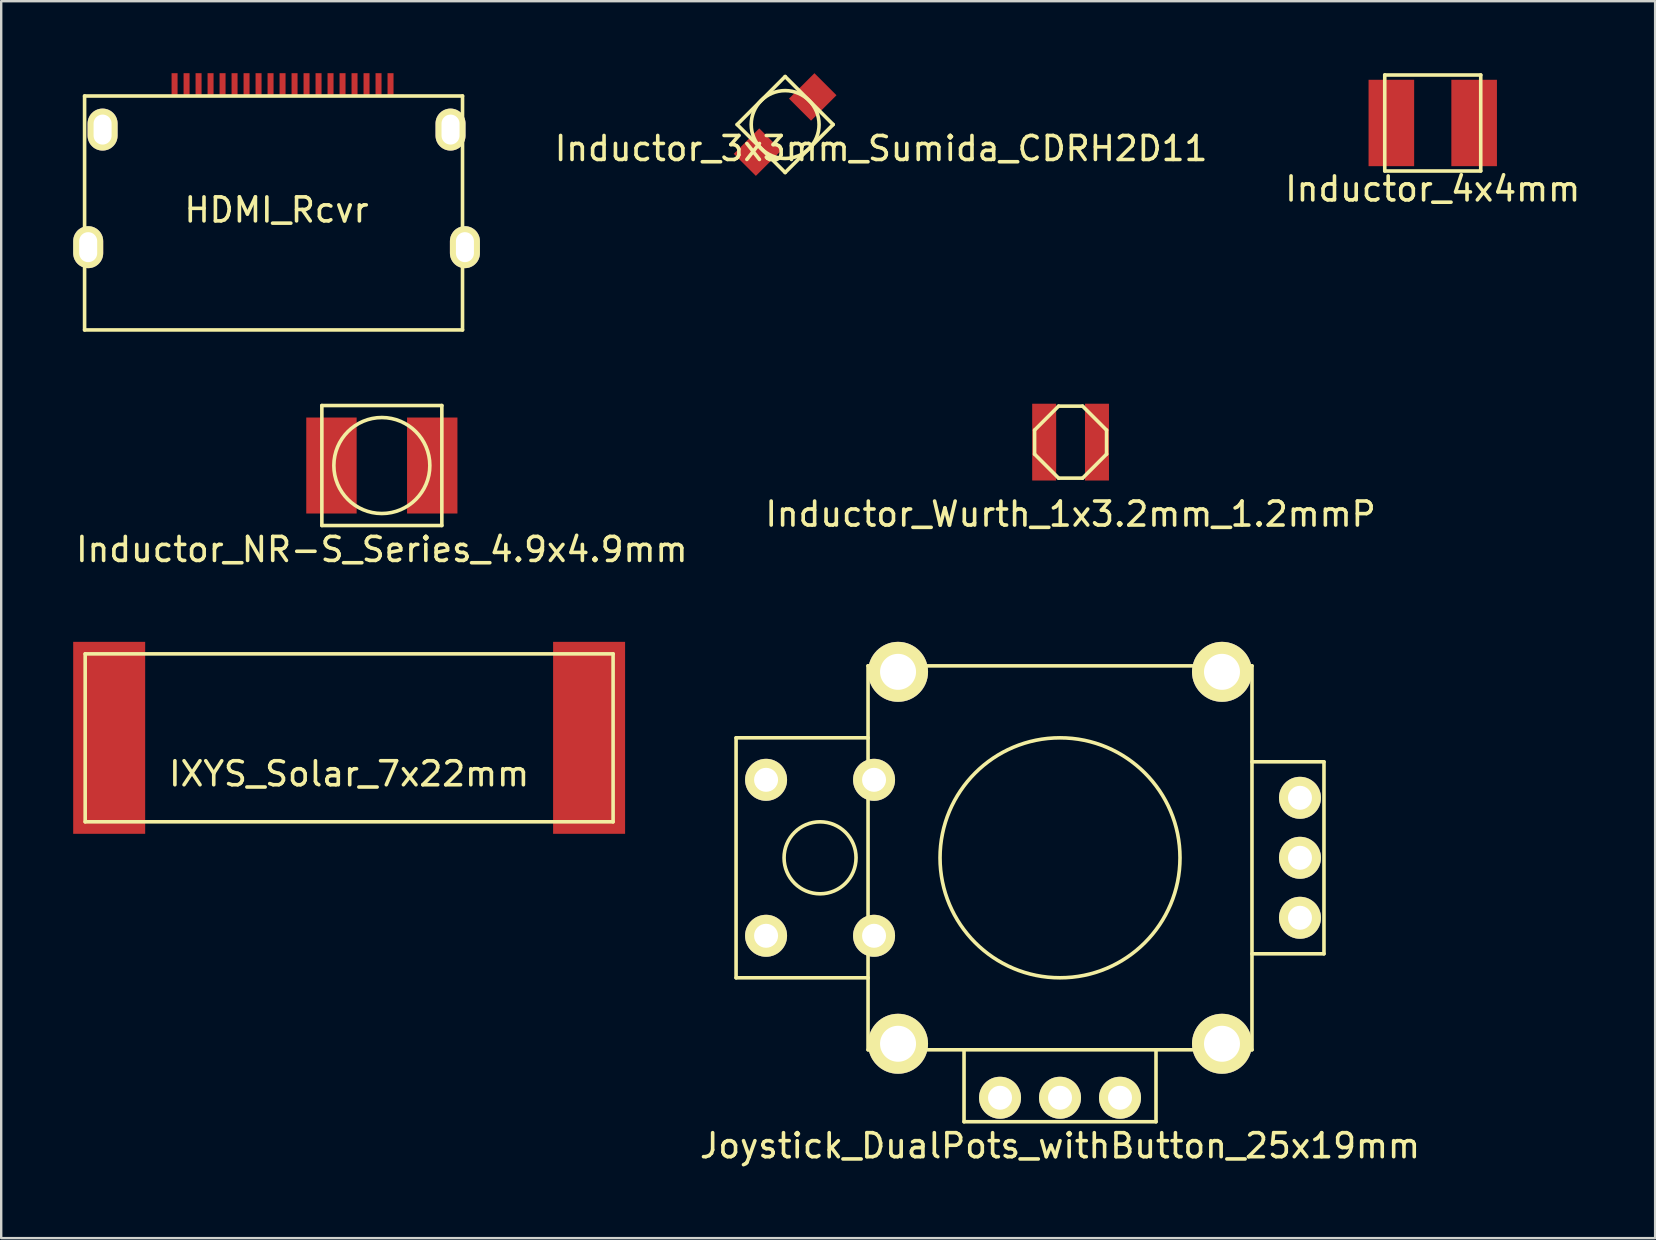
<source format=kicad_pcb>
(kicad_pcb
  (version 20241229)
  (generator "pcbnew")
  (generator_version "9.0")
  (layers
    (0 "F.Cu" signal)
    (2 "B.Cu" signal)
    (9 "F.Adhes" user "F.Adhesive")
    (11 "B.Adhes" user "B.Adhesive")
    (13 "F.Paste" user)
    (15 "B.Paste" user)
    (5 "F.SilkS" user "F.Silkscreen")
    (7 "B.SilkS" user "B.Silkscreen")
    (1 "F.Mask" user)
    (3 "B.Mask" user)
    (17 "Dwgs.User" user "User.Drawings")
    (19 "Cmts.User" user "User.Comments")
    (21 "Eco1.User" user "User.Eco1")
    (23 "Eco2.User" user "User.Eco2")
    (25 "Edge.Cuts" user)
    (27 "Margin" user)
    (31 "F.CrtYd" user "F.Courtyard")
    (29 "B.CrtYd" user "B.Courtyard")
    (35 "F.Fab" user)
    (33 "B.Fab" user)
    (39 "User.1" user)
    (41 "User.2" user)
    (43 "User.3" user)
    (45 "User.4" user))
  (footprint "IXYS_Solar_7x22mm"
    (layer "F.Cu")
    (at 11.5 27.698)
    (property "Reference" "IXYS_Solar_7x22mm" (at 0 1.5 0) (layer "F.SilkS") (effects (font (size 1 1) (thickness 0.15))))
    (attr through_hole)
    (fp_line (start -11 -3.5) (end -11 3.5) (stroke (width 0.15) (type solid)) (layer "F.SilkS"))
    (fp_line (start -11 3.5) (end 11 3.5) (stroke (width 0.15) (type solid)) (layer "F.SilkS"))
    (fp_line (start 11 -3.5) (end -11 -3.5) (stroke (width 0.15) (type solid)) (layer "F.SilkS"))
    (fp_line (start 11 -3.5) (end 11 3.5) (stroke (width 0.15) (type solid)) (layer "F.SilkS"))
    (pad "1" smd rect (at -10 0) (size 3 8) (layers "F.Cu" "F.Mask" "F.Paste"))
    (pad "2" smd rect (at 10 0) (size 3 8) (layers "F.Cu" "F.Mask" "F.Paste")))
  (footprint "Inductor_3x3mm_Sumida_CDRH2D11"
    (layer "F.Cu")
    (at 29.67 2.14)
    (property "Reference" "Inductor_3x3mm_Sumida_CDRH2D11" (at 4 1 0) (layer "F.SilkS") (effects (font (size 1 1) (thickness 0.15))))
    (attr through_hole)
    (fp_line (start -2 0) (end 0 2) (stroke (width 0.15) (type solid)) (layer "F.SilkS"))
    (fp_line (start 0 -2) (end -2 0) (stroke (width 0.15) (type solid)) (layer "F.SilkS"))
    (fp_line (start 0 2) (end 2 0) (stroke (width 0.15) (type solid)) (layer "F.SilkS"))
    (fp_line (start 2 0) (end 0 -2) (stroke (width 0.15) (type solid)) (layer "F.SilkS"))
    (fp_circle (center 0 0) (end -1 -1) (stroke (width 0.15) (type solid)) (fill no) (layer "F.SilkS"))
    (pad "1" smd rect (at 1.15 -1.15 45) (size 1.5 1.3) (layers "F.Cu" "F.Mask" "F.Paste"))
    (pad "2" smd rect (at -1.15 1.15 45) (size 1.5 1.3) (layers "F.Cu" "F.Mask" "F.Paste")))
  (footprint "Joystick_DualPots_withButton_25x19mm"
    (layer "F.Cu")
    (at 41.125 32.698)
    (property "Reference" "Joystick_DualPots_withButton_25x19mm" (at 0 12 0) (layer "F.SilkS") (effects (font (size 1 1) (thickness 0.15))))
    (attr through_hole)
    (fp_line (start -13.5 -5) (end -13.5 5) (stroke (width 0.15) (type solid)) (layer "F.SilkS"))
    (fp_line (start -13.5 5) (end -8 5) (stroke (width 0.15) (type solid)) (layer "F.SilkS"))
    (fp_line (start -8 -8) (end -8 8) (stroke (width 0.15) (type solid)) (layer "F.SilkS"))
    (fp_line (start -8 -5) (end -13.5 -5) (stroke (width 0.15) (type solid)) (layer "F.SilkS"))
    (fp_line (start -8 8) (end 8 8) (stroke (width 0.15) (type solid)) (layer "F.SilkS"))
    (fp_line (start -4 11) (end -4 8) (stroke (width 0.15) (type solid)) (layer "F.SilkS"))
    (fp_line (start 4 8) (end 4 11) (stroke (width 0.15) (type solid)) (layer "F.SilkS"))
    (fp_line (start 4 11) (end -4 11) (stroke (width 0.15) (type solid)) (layer "F.SilkS"))
    (fp_line (start 8 -8) (end -8 -8) (stroke (width 0.15) (type solid)) (layer "F.SilkS"))
    (fp_line (start 8 -4) (end 11 -4) (stroke (width 0.15) (type solid)) (layer "F.SilkS"))
    (fp_line (start 8 8) (end 8 -8) (stroke (width 0.15) (type solid)) (layer "F.SilkS"))
    (fp_line (start 11 -4) (end 11 4) (stroke (width 0.15) (type solid)) (layer "F.SilkS"))
    (fp_line (start 11 4) (end 8 4) (stroke (width 0.15) (type solid)) (layer "F.SilkS"))
    (fp_circle (center -10 0) (end -10 -1.5) (stroke (width 0.15) (type solid)) (fill no) (layer "F.SilkS"))
    (fp_circle (center 0 0) (end 0 -5) (stroke (width 0.15) (type solid)) (fill no) (layer "F.SilkS"))
    (pad "1" thru_hole circle (at 10 -2.5) (size 1.75 1.75) (drill 1) (layers "*.Cu" "*.Mask" "F.SilkS"))
    (pad "2" thru_hole circle (at 10 0) (size 1.75 1.75) (drill 1) (layers "*.Cu" "*.Mask" "F.SilkS"))
    (pad "3" thru_hole circle (at 10 2.5) (size 1.75 1.75) (drill 1) (layers "*.Cu" "*.Mask" "F.SilkS"))
    (pad "4" thru_hole circle (at 2.5 10) (size 1.75 1.75) (drill 1) (layers "*.Cu" "*.Mask" "F.SilkS"))
    (pad "5" thru_hole circle (at 0 10) (size 1.75 1.75) (drill 1) (layers "*.Cu" "*.Mask" "F.SilkS"))
    (pad "6" thru_hole circle (at -2.5 10) (size 1.75 1.75) (drill 1) (layers "*.Cu" "*.Mask" "F.SilkS"))
    (pad "7" thru_hole circle (at -7.75 -3.25) (size 1.75 1.75) (drill 1) (layers "*.Cu" "*.Mask" "F.SilkS"))
    (pad "7" thru_hole circle (at -7.75 3.25) (size 1.75 1.75) (drill 1) (layers "*.Cu" "*.Mask" "F.SilkS"))
    (pad "8" thru_hole circle (at -12.25 -3.25) (size 1.75 1.75) (drill 1) (layers "*.Cu" "*.Mask" "F.SilkS"))
    (pad "8" thru_hole circle (at -12.25 3.25) (size 1.75 1.75) (drill 1) (layers "*.Cu" "*.Mask" "F.SilkS"))
    (pad "9" thru_hole circle (at -6.75 -7.75) (size 2.5 2.5) (drill 1.5) (layers "*.Cu" "*.Mask" "F.SilkS"))
    (pad "9" thru_hole circle (at -6.75 7.75) (size 2.5 2.5) (drill 1.5) (layers "*.Cu" "*.Mask" "F.SilkS"))
    (pad "9" thru_hole circle (at 6.75 -7.75) (size 2.5 2.5) (drill 1.5) (layers "*.Cu" "*.Mask" "F.SilkS"))
    (pad "9" thru_hole circle (at 6.75 7.75) (size 2.5 2.5) (drill 1.5) (layers "*.Cu" "*.Mask" "F.SilkS")))
  (footprint "Inductor_4x4mm"
    (layer "F.Cu")
    (at 56.658 2.075)
    (property "Reference" "Inductor_4x4mm" (at 0 2.75 0) (layer "F.SilkS") (effects (font (size 1 1) (thickness 0.15))))
    (attr through_hole)
    (fp_line (start -2 -2) (end 2 -2) (stroke (width 0.15) (type solid)) (layer "F.SilkS"))
    (fp_line (start -2 2) (end -2 -2) (stroke (width 0.15) (type solid)) (layer "F.SilkS"))
    (fp_line (start 2 -2) (end 2 2) (stroke (width 0.15) (type solid)) (layer "F.SilkS"))
    (fp_line (start 2 2) (end -2 2) (stroke (width 0.15) (type solid)) (layer "F.SilkS"))
    (pad "1" smd rect (at -1.725 0) (size 1.9 3.6) (layers "F.Cu" "F.Mask" "F.Paste"))
    (pad "2" smd rect (at 1.725 0) (size 1.9 3.6) (layers "F.Cu" "F.Mask" "F.Paste")))
  (footprint "Inductor_Wurth_1x3.2mm_1.2mmP"
    (layer "F.Cu")
    (at 41.565 15.375)
    (property "Reference" "Inductor_Wurth_1x3.2mm_1.2mmP" (at 0 3 0) (layer "F.SilkS") (effects (font (size 1 1) (thickness 0.15))))
    (attr through_hole)
    (fp_line (start -1.5 -0.5) (end -0.5 -1.5) (stroke (width 0.15) (type solid)) (layer "F.SilkS"))
    (fp_line (start -1.5 0.5) (end -1.5 -0.5) (stroke (width 0.15) (type solid)) (layer "F.SilkS"))
    (fp_line (start -0.5 -1.5) (end 0.5 -1.5) (stroke (width 0.15) (type solid)) (layer "F.SilkS"))
    (fp_line (start -0.5 1.5) (end -1.5 0.5) (stroke (width 0.15) (type solid)) (layer "F.SilkS"))
    (fp_line (start 0.5 -1.5) (end 1.5 -0.5) (stroke (width 0.15) (type solid)) (layer "F.SilkS"))
    (fp_line (start 0.5 1.5) (end -0.5 1.5) (stroke (width 0.15) (type solid)) (layer "F.SilkS"))
    (fp_line (start 1.5 -0.5) (end 1.5 0.5) (stroke (width 0.15) (type solid)) (layer "F.SilkS"))
    (fp_line (start 1.5 0.5) (end 0.5 1.5) (stroke (width 0.15) (type solid)) (layer "F.SilkS"))
    (pad "1" smd rect (at 1.1 0) (size 1 3.2) (layers "F.Cu" "F.Mask" "F.Paste"))
    (pad "2" smd rect (at -1.1 0) (size 1 3.2) (layers "F.Cu" "F.Mask" "F.Paste")))
  (footprint "HDMI_Rcvr"
    (layer "F.Cu")
    (at 8.475 3.95)
    (property "Reference" "HDMI_Rcvr" (at 0 1.75 0) (layer "F.SilkS") (effects (font (size 1 1) (thickness 0.15))))
    (attr through_hole)
    (fp_line (start -8 -3) (end -8 6.75) (stroke (width 0.15) (type solid)) (layer "F.SilkS"))
    (fp_line (start -8 6.75) (end 7.75 6.75) (stroke (width 0.15) (type solid)) (layer "F.SilkS"))
    (fp_line (start 7.75 -3) (end -8 -3) (stroke (width 0.15) (type solid)) (layer "F.SilkS"))
    (fp_line (start 7.75 -3) (end 7.75 6.75) (stroke (width 0.15) (type solid)) (layer "F.SilkS"))
    (pad "1" smd rect (at 4.75 -3.5) (size 0.25 0.9) (layers "F.Cu" "F.Mask" "F.Paste"))
    (pad "2" smd rect (at 4.25 -3.5) (size 0.25 0.9) (layers "F.Cu" "F.Mask" "F.Paste"))
    (pad "3" smd rect (at 3.75 -3.5) (size 0.25 0.9) (layers "F.Cu" "F.Mask" "F.Paste"))
    (pad "4" smd rect (at 3.25 -3.5) (size 0.25 0.9) (layers "F.Cu" "F.Mask" "F.Paste"))
    (pad "5" smd rect (at 2.75 -3.5) (size 0.25 0.9) (layers "F.Cu" "F.Mask" "F.Paste"))
    (pad "6" smd rect (at 2.25 -3.5) (size 0.25 0.9) (layers "F.Cu" "F.Mask" "F.Paste"))
    (pad "7" smd rect (at 1.75 -3.5) (size 0.25 0.9) (layers "F.Cu" "F.Mask" "F.Paste"))
    (pad "8" smd rect (at 1.25 -3.5) (size 0.25 0.9) (layers "F.Cu" "F.Mask" "F.Paste"))
    (pad "9" smd rect (at 0.75 -3.5) (size 0.25 0.9) (layers "F.Cu" "F.Mask" "F.Paste"))
    (pad "10" smd rect (at 0.25 -3.5) (size 0.25 0.9) (layers "F.Cu" "F.Mask" "F.Paste"))
    (pad "11" smd rect (at -0.25 -3.5) (size 0.25 0.9) (layers "F.Cu" "F.Mask" "F.Paste"))
    (pad "12" smd rect (at -0.75 -3.5) (size 0.25 0.9) (layers "F.Cu" "F.Mask" "F.Paste"))
    (pad "13" smd rect (at -1.25 -3.5) (size 0.25 0.9) (layers "F.Cu" "F.Mask" "F.Paste"))
    (pad "14" smd rect (at -1.75 -3.5) (size 0.25 0.9) (layers "F.Cu" "F.Mask" "F.Paste"))
    (pad "15" smd rect (at -2.25 -3.5) (size 0.25 0.9) (layers "F.Cu" "F.Mask" "F.Paste"))
    (pad "16" smd rect (at -2.75 -3.5) (size 0.25 0.9) (layers "F.Cu" "F.Mask" "F.Paste"))
    (pad "17" smd rect (at -3.25 -3.5) (size 0.25 0.9) (layers "F.Cu" "F.Mask" "F.Paste"))
    (pad "18" smd rect (at -3.75 -3.5) (size 0.25 0.9) (layers "F.Cu" "F.Mask" "F.Paste"))
    (pad "19" smd rect (at -4.25 -3.5) (size 0.25 0.9) (layers "F.Cu" "F.Mask" "F.Paste"))
    (pad "20" thru_hole oval (at -7.85 3.3) (size 1.25 1.75) (drill oval 0.75 1.25) (layers "*.Cu" "*.Mask" "F.SilkS"))
    (pad "20" thru_hole oval (at -7.25 -1.6) (size 1.25 1.75) (drill oval 0.75 1.25) (layers "*.Cu" "*.Mask" "F.SilkS"))
    (pad "20" thru_hole oval (at 7.25 -1.6) (size 1.25 1.75) (drill oval 0.75 1.25) (layers "*.Cu" "*.Mask" "F.SilkS"))
    (pad "20" thru_hole oval (at 7.85 3.3) (size 1.25 1.75) (drill oval 0.75 1.25) (layers "*.Cu" "*.Mask" "F.SilkS")))
  (footprint "Inductor_NR-S_Series_4.9x4.9mm"
    (layer "F.Cu")
    (at 12.863 16.35)
    (property "Reference" "Inductor_NR-S_Series_4.9x4.9mm" (at 0 3.5 0) (layer "F.SilkS") (effects (font (size 1 1) (thickness 0.15))))
    (attr through_hole)
    (fp_line (start -2.5 -2.5) (end 2.5 -2.5) (stroke (width 0.15) (type solid)) (layer "F.SilkS"))
    (fp_line (start -2.5 2.5) (end -2.5 -2.5) (stroke (width 0.15) (type solid)) (layer "F.SilkS"))
    (fp_line (start 2.5 -2.5) (end 2.5 2.5) (stroke (width 0.15) (type solid)) (layer "F.SilkS"))
    (fp_line (start 2.5 2.5) (end -2.5 2.5) (stroke (width 0.15) (type solid)) (layer "F.SilkS"))
    (fp_circle (center 0 0) (end 0 -2) (stroke (width 0.15) (type solid)) (fill no) (layer "F.SilkS"))
    (pad "1" smd rect (at -2.1 0) (size 2.1 4) (layers "F.Cu" "F.Mask" "F.Paste"))
    (pad "2" smd rect (at 2.1 0) (size 2.1 4) (layers "F.Cu" "F.Mask" "F.Paste")))
  (gr_rect
    (start -3 -3)
    (end 65.926 48.547)
    (stroke (width 0.1) (type default))
    (fill no)
    (layer "Edge.Cuts")))
</source>
